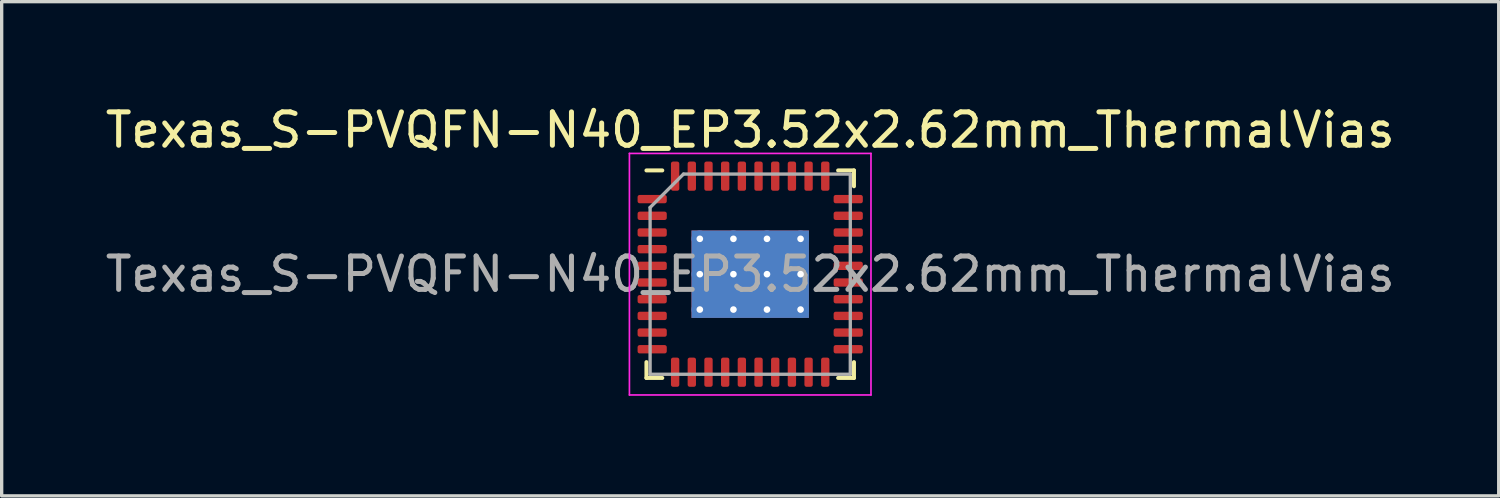
<source format=kicad_pcb>
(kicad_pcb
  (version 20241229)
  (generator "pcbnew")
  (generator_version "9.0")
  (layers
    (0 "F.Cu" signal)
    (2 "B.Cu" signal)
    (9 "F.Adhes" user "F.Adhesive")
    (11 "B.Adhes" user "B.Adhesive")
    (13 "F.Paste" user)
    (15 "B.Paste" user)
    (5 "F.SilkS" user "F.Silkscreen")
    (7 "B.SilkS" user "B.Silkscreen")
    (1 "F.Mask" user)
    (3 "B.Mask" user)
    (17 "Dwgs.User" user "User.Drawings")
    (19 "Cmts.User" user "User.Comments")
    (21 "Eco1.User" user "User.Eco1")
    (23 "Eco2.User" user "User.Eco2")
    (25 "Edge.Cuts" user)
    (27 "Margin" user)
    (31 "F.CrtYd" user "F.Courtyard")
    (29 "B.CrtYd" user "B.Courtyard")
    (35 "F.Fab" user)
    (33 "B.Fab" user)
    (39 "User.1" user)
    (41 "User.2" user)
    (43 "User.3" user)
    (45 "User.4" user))
  (footprint "Texas_S-PVQFN-N40_EP3.52x2.62mm_ThermalVias"
    (layer "F.Cu")
    (at 19.435 5.168)
    (property "Reference" "Texas_S-PVQFN-N40_EP3.52x2.62mm_ThermalVias" (at 0 -4.32 0) (layer "F.SilkS") (effects (font (size 1 1) (thickness 0.15))))
    (attr smd)
    (fp_line (start -3.11 3.11) (end -3.11 2.635) (stroke (width 0.12) (type solid)) (layer "F.SilkS"))
    (fp_line (start -2.635 -3.11) (end -3.11 -3.11) (stroke (width 0.12) (type solid)) (layer "F.SilkS"))
    (fp_line (start -2.635 3.11) (end -3.11 3.11) (stroke (width 0.12) (type solid)) (layer "F.SilkS"))
    (fp_line (start 2.635 -3.11) (end 3.11 -3.11) (stroke (width 0.12) (type solid)) (layer "F.SilkS"))
    (fp_line (start 2.635 3.11) (end 3.11 3.11) (stroke (width 0.12) (type solid)) (layer "F.SilkS"))
    (fp_line (start 3.11 -3.11) (end 3.11 -2.635) (stroke (width 0.12) (type solid)) (layer "F.SilkS"))
    (fp_line (start 3.11 3.11) (end 3.11 2.635) (stroke (width 0.12) (type solid)) (layer "F.SilkS"))
    (fp_line (start -3.62 -3.62) (end -3.62 3.62) (stroke (width 0.05) (type solid)) (layer "F.CrtYd"))
    (fp_line (start -3.62 3.62) (end 3.62 3.62) (stroke (width 0.05) (type solid)) (layer "F.CrtYd"))
    (fp_line (start 3.62 -3.62) (end -3.62 -3.62) (stroke (width 0.05) (type solid)) (layer "F.CrtYd"))
    (fp_line (start 3.62 3.62) (end 3.62 -3.62) (stroke (width 0.05) (type solid)) (layer "F.CrtYd"))
    (fp_line (start -3 -2) (end -2 -3) (stroke (width 0.1) (type solid)) (layer "F.Fab"))
    (fp_line (start -3 3) (end -3 -2) (stroke (width 0.1) (type solid)) (layer "F.Fab"))
    (fp_line (start -2 -3) (end 3 -3) (stroke (width 0.1) (type solid)) (layer "F.Fab"))
    (fp_line (start 3 -3) (end 3 3) (stroke (width 0.1) (type solid)) (layer "F.Fab"))
    (fp_line (start 3 3) (end -3 3) (stroke (width 0.1) (type solid)) (layer "F.Fab"))
    (fp_text user "${REFERENCE}" (at 0 0 0) (layer "F.Fab") (effects (font (size 1 1) (thickness 0.15))))
    (pad "" smd roundrect (at -1.17 -0.655) (size 0.98 1.1) (layers "F.Paste") (roundrect_rratio 0.25))
    (pad "" smd roundrect (at -1.17 0.655) (size 0.98 1.1) (layers "F.Paste") (roundrect_rratio 0.25))
    (pad "" smd roundrect (at 0 -0.655) (size 0.98 1.1) (layers "F.Paste") (roundrect_rratio 0.25))
    (pad "" smd roundrect (at 0 0.655) (size 0.98 1.1) (layers "F.Paste") (roundrect_rratio 0.25))
    (pad "" smd roundrect (at 1.17 -0.655) (size 0.98 1.1) (layers "F.Paste") (roundrect_rratio 0.25))
    (pad "" smd roundrect (at 1.17 0.655) (size 0.98 1.1) (layers "F.Paste") (roundrect_rratio 0.25))
    (pad "1" smd roundrect (at -2.938 -2.25) (size 0.875 0.25) (layers "F.Cu" "F.Mask" "F.Paste") (roundrect_rratio 0.25))
    (pad "2" smd roundrect (at -2.938 -1.75) (size 0.875 0.25) (layers "F.Cu" "F.Mask" "F.Paste") (roundrect_rratio 0.25))
    (pad "3" smd roundrect (at -2.938 -1.25) (size 0.875 0.25) (layers "F.Cu" "F.Mask" "F.Paste") (roundrect_rratio 0.25))
    (pad "4" smd roundrect (at -2.938 -0.75) (size 0.875 0.25) (layers "F.Cu" "F.Mask" "F.Paste") (roundrect_rratio 0.25))
    (pad "5" smd roundrect (at -2.938 -0.25) (size 0.875 0.25) (layers "F.Cu" "F.Mask" "F.Paste") (roundrect_rratio 0.25))
    (pad "6" smd roundrect (at -2.938 0.25) (size 0.875 0.25) (layers "F.Cu" "F.Mask" "F.Paste") (roundrect_rratio 0.25))
    (pad "7" smd roundrect (at -2.938 0.75) (size 0.875 0.25) (layers "F.Cu" "F.Mask" "F.Paste") (roundrect_rratio 0.25))
    (pad "8" smd roundrect (at -2.938 1.25) (size 0.875 0.25) (layers "F.Cu" "F.Mask" "F.Paste") (roundrect_rratio 0.25))
    (pad "9" smd roundrect (at -2.938 1.75) (size 0.875 0.25) (layers "F.Cu" "F.Mask" "F.Paste") (roundrect_rratio 0.25))
    (pad "10" smd roundrect (at -2.938 2.25) (size 0.875 0.25) (layers "F.Cu" "F.Mask" "F.Paste") (roundrect_rratio 0.25))
    (pad "11" smd roundrect (at -2.25 2.938) (size 0.25 0.875) (layers "F.Cu" "F.Mask" "F.Paste") (roundrect_rratio 0.25))
    (pad "12" smd roundrect (at -1.75 2.938) (size 0.25 0.875) (layers "F.Cu" "F.Mask" "F.Paste") (roundrect_rratio 0.25))
    (pad "13" smd roundrect (at -1.25 2.938) (size 0.25 0.875) (layers "F.Cu" "F.Mask" "F.Paste") (roundrect_rratio 0.25))
    (pad "14" smd roundrect (at -0.75 2.938) (size 0.25 0.875) (layers "F.Cu" "F.Mask" "F.Paste") (roundrect_rratio 0.25))
    (pad "15" smd roundrect (at -0.25 2.938) (size 0.25 0.875) (layers "F.Cu" "F.Mask" "F.Paste") (roundrect_rratio 0.25))
    (pad "16" smd roundrect (at 0.25 2.938) (size 0.25 0.875) (layers "F.Cu" "F.Mask" "F.Paste") (roundrect_rratio 0.25))
    (pad "17" smd roundrect (at 0.75 2.938) (size 0.25 0.875) (layers "F.Cu" "F.Mask" "F.Paste") (roundrect_rratio 0.25))
    (pad "18" smd roundrect (at 1.25 2.938) (size 0.25 0.875) (layers "F.Cu" "F.Mask" "F.Paste") (roundrect_rratio 0.25))
    (pad "19" smd roundrect (at 1.75 2.938) (size 0.25 0.875) (layers "F.Cu" "F.Mask" "F.Paste") (roundrect_rratio 0.25))
    (pad "20" smd roundrect (at 2.25 2.938) (size 0.25 0.875) (layers "F.Cu" "F.Mask" "F.Paste") (roundrect_rratio 0.25))
    (pad "21" smd roundrect (at 2.938 2.25) (size 0.875 0.25) (layers "F.Cu" "F.Mask" "F.Paste") (roundrect_rratio 0.25))
    (pad "22" smd roundrect (at 2.938 1.75) (size 0.875 0.25) (layers "F.Cu" "F.Mask" "F.Paste") (roundrect_rratio 0.25))
    (pad "23" smd roundrect (at 2.938 1.25) (size 0.875 0.25) (layers "F.Cu" "F.Mask" "F.Paste") (roundrect_rratio 0.25))
    (pad "24" smd roundrect (at 2.938 0.75) (size 0.875 0.25) (layers "F.Cu" "F.Mask" "F.Paste") (roundrect_rratio 0.25))
    (pad "25" smd roundrect (at 2.938 0.25) (size 0.875 0.25) (layers "F.Cu" "F.Mask" "F.Paste") (roundrect_rratio 0.25))
    (pad "26" smd roundrect (at 2.938 -0.25) (size 0.875 0.25) (layers "F.Cu" "F.Mask" "F.Paste") (roundrect_rratio 0.25))
    (pad "27" smd roundrect (at 2.938 -0.75) (size 0.875 0.25) (layers "F.Cu" "F.Mask" "F.Paste") (roundrect_rratio 0.25))
    (pad "28" smd roundrect (at 2.938 -1.25) (size 0.875 0.25) (layers "F.Cu" "F.Mask" "F.Paste") (roundrect_rratio 0.25))
    (pad "29" smd roundrect (at 2.938 -1.75) (size 0.875 0.25) (layers "F.Cu" "F.Mask" "F.Paste") (roundrect_rratio 0.25))
    (pad "30" smd roundrect (at 2.938 -2.25) (size 0.875 0.25) (layers "F.Cu" "F.Mask" "F.Paste") (roundrect_rratio 0.25))
    (pad "31" smd roundrect (at 2.25 -2.938) (size 0.25 0.875) (layers "F.Cu" "F.Mask" "F.Paste") (roundrect_rratio 0.25))
    (pad "32" smd roundrect (at 1.75 -2.938) (size 0.25 0.875) (layers "F.Cu" "F.Mask" "F.Paste") (roundrect_rratio 0.25))
    (pad "33" smd roundrect (at 1.25 -2.938) (size 0.25 0.875) (layers "F.Cu" "F.Mask" "F.Paste") (roundrect_rratio 0.25))
    (pad "34" smd roundrect (at 0.75 -2.938) (size 0.25 0.875) (layers "F.Cu" "F.Mask" "F.Paste") (roundrect_rratio 0.25))
    (pad "35" smd roundrect (at 0.25 -2.938) (size 0.25 0.875) (layers "F.Cu" "F.Mask" "F.Paste") (roundrect_rratio 0.25))
    (pad "36" smd roundrect (at -0.25 -2.938) (size 0.25 0.875) (layers "F.Cu" "F.Mask" "F.Paste") (roundrect_rratio 0.25))
    (pad "37" smd roundrect (at -0.75 -2.938) (size 0.25 0.875) (layers "F.Cu" "F.Mask" "F.Paste") (roundrect_rratio 0.25))
    (pad "38" smd roundrect (at -1.25 -2.938) (size 0.25 0.875) (layers "F.Cu" "F.Mask" "F.Paste") (roundrect_rratio 0.25))
    (pad "39" smd roundrect (at -1.75 -2.938) (size 0.25 0.875) (layers "F.Cu" "F.Mask" "F.Paste") (roundrect_rratio 0.25))
    (pad "40" smd roundrect (at -2.25 -2.938) (size 0.25 0.875) (layers "F.Cu" "F.Mask" "F.Paste") (roundrect_rratio 0.25))
    (pad "41" thru_hole circle (at -1.51 -1.06) (size 0.5 0.5) (drill 0.2) (layers "*.Cu"))
    (pad "41" thru_hole circle (at -1.51 0) (size 0.5 0.5) (drill 0.2) (layers "*.Cu"))
    (pad "41" thru_hole circle (at -1.51 1.06) (size 0.5 0.5) (drill 0.2) (layers "*.Cu"))
    (pad "41" thru_hole circle (at -0.503 -1.06) (size 0.5 0.5) (drill 0.2) (layers "*.Cu"))
    (pad "41" thru_hole circle (at -0.503 0) (size 0.5 0.5) (drill 0.2) (layers "*.Cu"))
    (pad "41" thru_hole circle (at -0.503 1.06) (size 0.5 0.5) (drill 0.2) (layers "*.Cu"))
    (pad "41" smd rect (at 0 0) (size 3.52 2.62) (layers "F.Cu" "F.Mask"))
    (pad "41" smd rect (at 0 0) (size 3.52 2.62) (layers "B.Cu"))
    (pad "41" thru_hole circle (at 0.503 -1.06) (size 0.5 0.5) (drill 0.2) (layers "*.Cu"))
    (pad "41" thru_hole circle (at 0.503 0) (size 0.5 0.5) (drill 0.2) (layers "*.Cu"))
    (pad "41" thru_hole circle (at 0.503 1.06) (size 0.5 0.5) (drill 0.2) (layers "*.Cu"))
    (pad "41" thru_hole circle (at 1.51 -1.06) (size 0.5 0.5) (drill 0.2) (layers "*.Cu"))
    (pad "41" thru_hole circle (at 1.51 0) (size 0.5 0.5) (drill 0.2) (layers "*.Cu"))
    (pad "41" thru_hole circle (at 1.51 1.06) (size 0.5 0.5) (drill 0.2) (layers "*.Cu")))
  (gr_rect
    (start -3 -3)
    (end 41.869 11.813)
    (stroke (width 0.1) (type default))
    (fill no)
    (layer "Edge.Cuts")))
</source>
